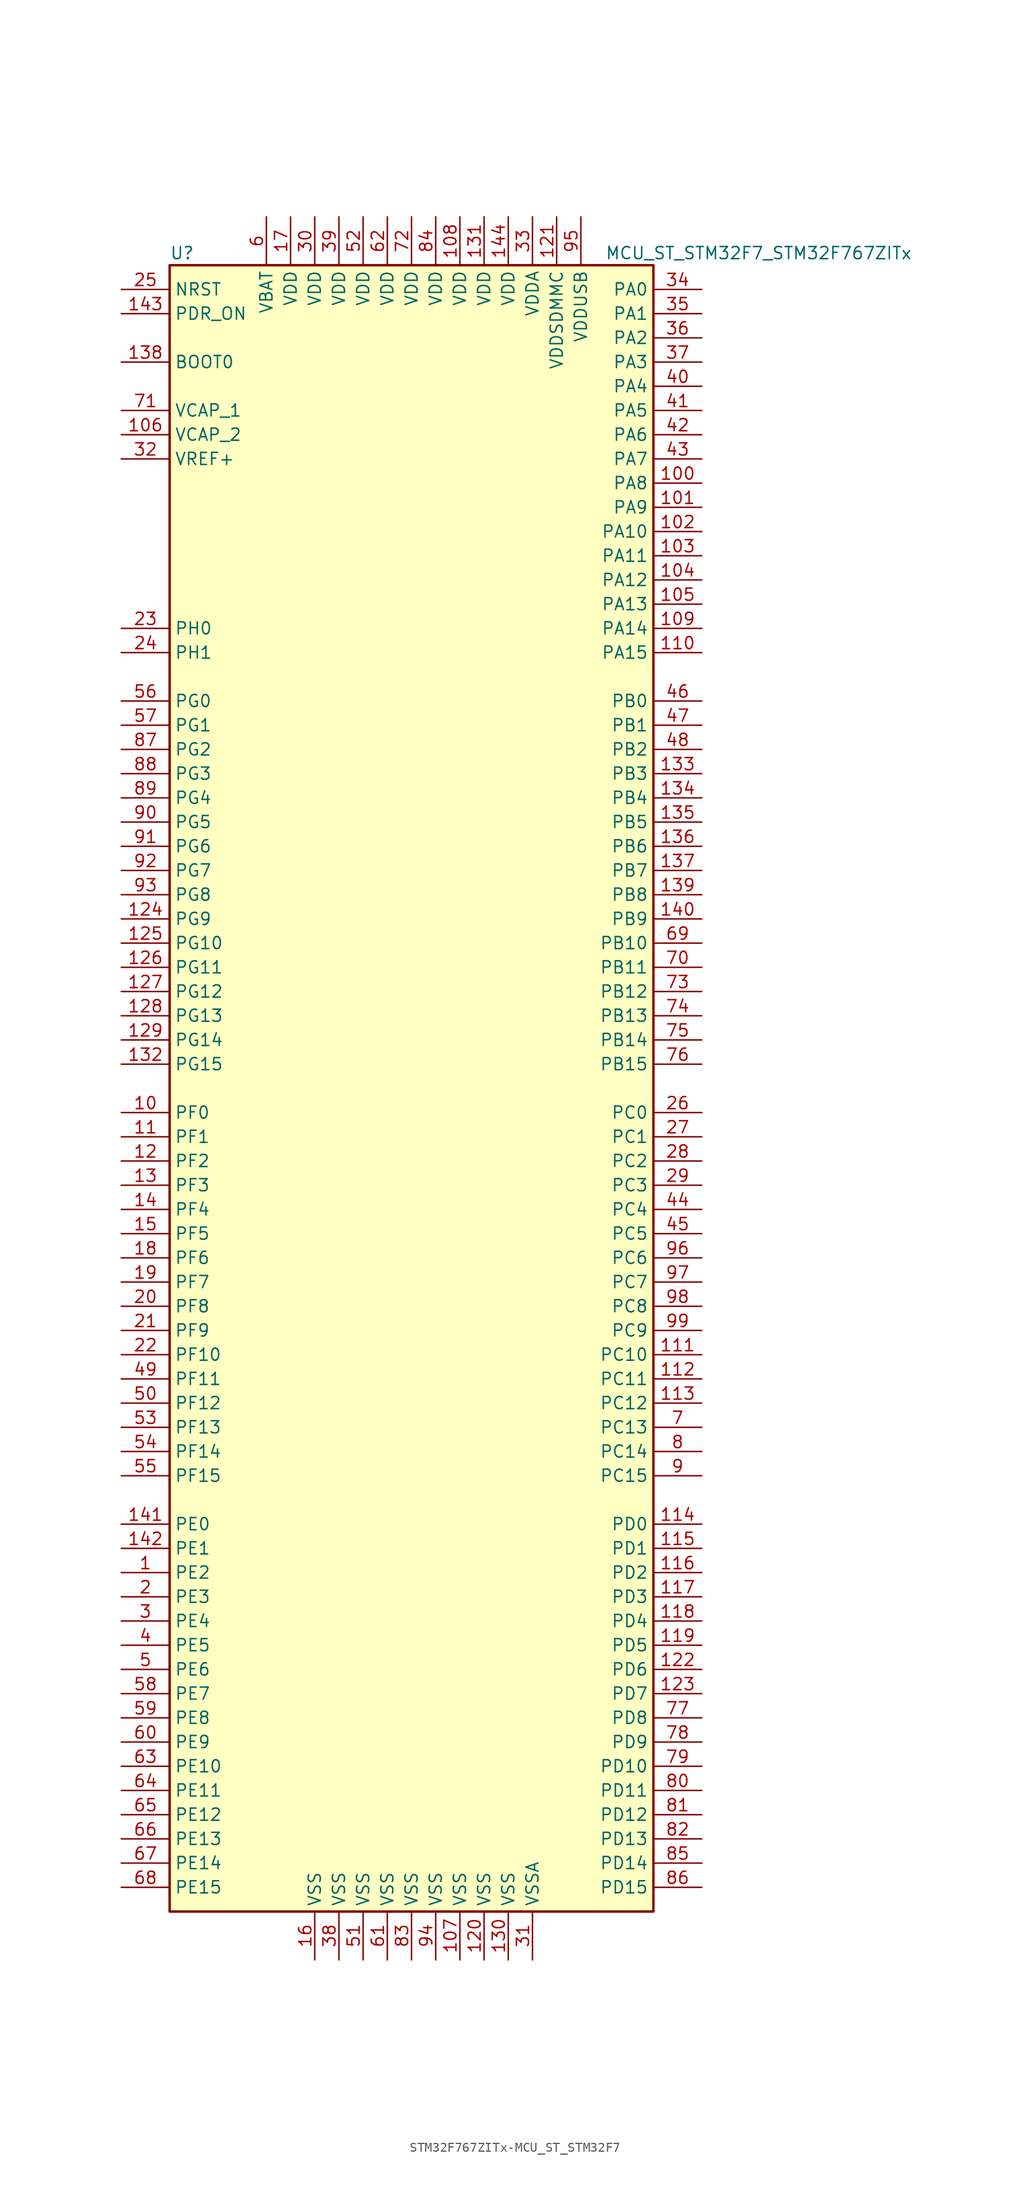
<source format=kicad_sym>
(kicad_symbol_lib
  (version 20241209)
  (generator "kicad_symbol_editor")
  (generator_version "9.0")
  (symbol "STM32F767ZITx-MCU_ST_STM32F7"
    (property "Reference" "U"
      (at -25.4 87.63 0)
      (effects (font (size 1.27 1.27)) (justify left)))
    (property "Value" "MCU_ST_STM32F7_STM32F767ZITx"
      (at 20.32 87.63 0)
      (effects (font (size 1.27 1.27)) (justify left)))
    (symbol "STM32F767ZITx-MCU_ST_STM32F7_0_1"
      (rectangle (start -25.4 -86.36) (end 25.4 86.36) (stroke (width 0.254) (type solid)) (fill (type background))))
    (symbol "STM32F767ZITx-MCU_ST_STM32F7_1_1"
      (pin input line (at -30.48 83.82 0) (length 5.08) (name "NRST" (effects (font (size 1.27 1.27)))) (number "25" (effects (font (size 1.27 1.27)))))
      (pin input line (at -30.48 81.28 0) (length 5.08) (name "PDR_ON" (effects (font (size 1.27 1.27)))) (number "143" (effects (font (size 1.27 1.27)))))
      (pin input line (at -30.48 76.2 0) (length 5.08) (name "BOOT0" (effects (font (size 1.27 1.27)))) (number "138" (effects (font (size 1.27 1.27)))))
      (pin power_in line (at -30.48 71.12 0) (length 5.08) (name "VCAP_1" (effects (font (size 1.27 1.27)))) (number "71" (effects (font (size 1.27 1.27)))))
      (pin power_in line (at -30.48 68.58 0) (length 5.08) (name "VCAP_2" (effects (font (size 1.27 1.27)))) (number "106" (effects (font (size 1.27 1.27)))))
      (pin power_in line (at -30.48 66.04 0) (length 5.08) (name "VREF+" (effects (font (size 1.27 1.27)))) (number "32" (effects (font (size 1.27 1.27)))))
      (pin input line (at -30.48 48.26 0) (length 5.08) (name "PH0" (effects (font (size 1.27 1.27)))) (number "23" (effects (font (size 1.27 1.27)))))
      (pin input line (at -30.48 45.72 0) (length 5.08) (name "PH1" (effects (font (size 1.27 1.27)))) (number "24" (effects (font (size 1.27 1.27)))))
      (pin bidirectional line (at -30.48 40.64 0) (length 5.08) (name "PG0" (effects (font (size 1.27 1.27)))) (number "56" (effects (font (size 1.27 1.27)))))
      (pin bidirectional line (at -30.48 38.1 0) (length 5.08) (name "PG1" (effects (font (size 1.27 1.27)))) (number "57" (effects (font (size 1.27 1.27)))))
      (pin bidirectional line (at -30.48 35.56 0) (length 5.08) (name "PG2" (effects (font (size 1.27 1.27)))) (number "87" (effects (font (size 1.27 1.27)))))
      (pin bidirectional line (at -30.48 33.02 0) (length 5.08) (name "PG3" (effects (font (size 1.27 1.27)))) (number "88" (effects (font (size 1.27 1.27)))))
      (pin bidirectional line (at -30.48 30.48 0) (length 5.08) (name "PG4" (effects (font (size 1.27 1.27)))) (number "89" (effects (font (size 1.27 1.27)))))
      (pin bidirectional line (at -30.48 27.94 0) (length 5.08) (name "PG5" (effects (font (size 1.27 1.27)))) (number "90" (effects (font (size 1.27 1.27)))))
      (pin bidirectional line (at -30.48 25.4 0) (length 5.08) (name "PG6" (effects (font (size 1.27 1.27)))) (number "91" (effects (font (size 1.27 1.27)))))
      (pin bidirectional line (at -30.48 22.86 0) (length 5.08) (name "PG7" (effects (font (size 1.27 1.27)))) (number "92" (effects (font (size 1.27 1.27)))))
      (pin bidirectional line (at -30.48 20.32 0) (length 5.08) (name "PG8" (effects (font (size 1.27 1.27)))) (number "93" (effects (font (size 1.27 1.27)))))
      (pin bidirectional line (at -30.48 17.78 0) (length 5.08) (name "PG9" (effects (font (size 1.27 1.27)))) (number "124" (effects (font (size 1.27 1.27)))))
      (pin bidirectional line (at -30.48 15.24 0) (length 5.08) (name "PG10" (effects (font (size 1.27 1.27)))) (number "125" (effects (font (size 1.27 1.27)))))
      (pin bidirectional line (at -30.48 12.7 0) (length 5.08) (name "PG11" (effects (font (size 1.27 1.27)))) (number "126" (effects (font (size 1.27 1.27)))))
      (pin bidirectional line (at -30.48 10.16 0) (length 5.08) (name "PG12" (effects (font (size 1.27 1.27)))) (number "127" (effects (font (size 1.27 1.27)))))
      (pin bidirectional line (at -30.48 7.62 0) (length 5.08) (name "PG13" (effects (font (size 1.27 1.27)))) (number "128" (effects (font (size 1.27 1.27)))))
      (pin bidirectional line (at -30.48 5.08 0) (length 5.08) (name "PG14" (effects (font (size 1.27 1.27)))) (number "129" (effects (font (size 1.27 1.27)))))
      (pin bidirectional line (at -30.48 2.54 0) (length 5.08) (name "PG15" (effects (font (size 1.27 1.27)))) (number "132" (effects (font (size 1.27 1.27)))))
      (pin bidirectional line (at -30.48 -2.54 0) (length 5.08) (name "PF0" (effects (font (size 1.27 1.27)))) (number "10" (effects (font (size 1.27 1.27)))))
      (pin bidirectional line (at -30.48 -5.08 0) (length 5.08) (name "PF1" (effects (font (size 1.27 1.27)))) (number "11" (effects (font (size 1.27 1.27)))))
      (pin bidirectional line (at -30.48 -7.62 0) (length 5.08) (name "PF2" (effects (font (size 1.27 1.27)))) (number "12" (effects (font (size 1.27 1.27)))))
      (pin bidirectional line (at -30.48 -10.16 0) (length 5.08) (name "PF3" (effects (font (size 1.27 1.27)))) (number "13" (effects (font (size 1.27 1.27)))))
      (pin bidirectional line (at -30.48 -12.7 0) (length 5.08) (name "PF4" (effects (font (size 1.27 1.27)))) (number "14" (effects (font (size 1.27 1.27)))))
      (pin bidirectional line (at -30.48 -15.24 0) (length 5.08) (name "PF5" (effects (font (size 1.27 1.27)))) (number "15" (effects (font (size 1.27 1.27)))))
      (pin bidirectional line (at -30.48 -17.78 0) (length 5.08) (name "PF6" (effects (font (size 1.27 1.27)))) (number "18" (effects (font (size 1.27 1.27)))))
      (pin bidirectional line (at -30.48 -20.32 0) (length 5.08) (name "PF7" (effects (font (size 1.27 1.27)))) (number "19" (effects (font (size 1.27 1.27)))))
      (pin bidirectional line (at -30.48 -22.86 0) (length 5.08) (name "PF8" (effects (font (size 1.27 1.27)))) (number "20" (effects (font (size 1.27 1.27)))))
      (pin bidirectional line (at -30.48 -25.4 0) (length 5.08) (name "PF9" (effects (font (size 1.27 1.27)))) (number "21" (effects (font (size 1.27 1.27)))))
      (pin bidirectional line (at -30.48 -27.94 0) (length 5.08) (name "PF10" (effects (font (size 1.27 1.27)))) (number "22" (effects (font (size 1.27 1.27)))))
      (pin bidirectional line (at -30.48 -30.48 0) (length 5.08) (name "PF11" (effects (font (size 1.27 1.27)))) (number "49" (effects (font (size 1.27 1.27)))))
      (pin bidirectional line (at -30.48 -33.02 0) (length 5.08) (name "PF12" (effects (font (size 1.27 1.27)))) (number "50" (effects (font (size 1.27 1.27)))))
      (pin bidirectional line (at -30.48 -35.56 0) (length 5.08) (name "PF13" (effects (font (size 1.27 1.27)))) (number "53" (effects (font (size 1.27 1.27)))))
      (pin bidirectional line (at -30.48 -38.1 0) (length 5.08) (name "PF14" (effects (font (size 1.27 1.27)))) (number "54" (effects (font (size 1.27 1.27)))))
      (pin bidirectional line (at -30.48 -40.64 0) (length 5.08) (name "PF15" (effects (font (size 1.27 1.27)))) (number "55" (effects (font (size 1.27 1.27)))))
      (pin bidirectional line (at -30.48 -45.72 0) (length 5.08) (name "PE0" (effects (font (size 1.27 1.27)))) (number "141" (effects (font (size 1.27 1.27)))))
      (pin bidirectional line (at -30.48 -48.26 0) (length 5.08) (name "PE1" (effects (font (size 1.27 1.27)))) (number "142" (effects (font (size 1.27 1.27)))))
      (pin bidirectional line (at -30.48 -50.8 0) (length 5.08) (name "PE2" (effects (font (size 1.27 1.27)))) (number "1" (effects (font (size 1.27 1.27)))))
      (pin bidirectional line (at -30.48 -53.34 0) (length 5.08) (name "PE3" (effects (font (size 1.27 1.27)))) (number "2" (effects (font (size 1.27 1.27)))))
      (pin bidirectional line (at -30.48 -55.88 0) (length 5.08) (name "PE4" (effects (font (size 1.27 1.27)))) (number "3" (effects (font (size 1.27 1.27)))))
      (pin bidirectional line (at -30.48 -58.42 0) (length 5.08) (name "PE5" (effects (font (size 1.27 1.27)))) (number "4" (effects (font (size 1.27 1.27)))))
      (pin bidirectional line (at -30.48 -60.96 0) (length 5.08) (name "PE6" (effects (font (size 1.27 1.27)))) (number "5" (effects (font (size 1.27 1.27)))))
      (pin bidirectional line (at -30.48 -63.5 0) (length 5.08) (name "PE7" (effects (font (size 1.27 1.27)))) (number "58" (effects (font (size 1.27 1.27)))))
      (pin bidirectional line (at -30.48 -66.04 0) (length 5.08) (name "PE8" (effects (font (size 1.27 1.27)))) (number "59" (effects (font (size 1.27 1.27)))))
      (pin bidirectional line (at -30.48 -68.58 0) (length 5.08) (name "PE9" (effects (font (size 1.27 1.27)))) (number "60" (effects (font (size 1.27 1.27)))))
      (pin bidirectional line (at -30.48 -71.12 0) (length 5.08) (name "PE10" (effects (font (size 1.27 1.27)))) (number "63" (effects (font (size 1.27 1.27)))))
      (pin bidirectional line (at -30.48 -73.66 0) (length 5.08) (name "PE11" (effects (font (size 1.27 1.27)))) (number "64" (effects (font (size 1.27 1.27)))))
      (pin bidirectional line (at -30.48 -76.2 0) (length 5.08) (name "PE12" (effects (font (size 1.27 1.27)))) (number "65" (effects (font (size 1.27 1.27)))))
      (pin bidirectional line (at -30.48 -78.74 0) (length 5.08) (name "PE13" (effects (font (size 1.27 1.27)))) (number "66" (effects (font (size 1.27 1.27)))))
      (pin bidirectional line (at -30.48 -81.28 0) (length 5.08) (name "PE14" (effects (font (size 1.27 1.27)))) (number "67" (effects (font (size 1.27 1.27)))))
      (pin bidirectional line (at -30.48 -83.82 0) (length 5.08) (name "PE15" (effects (font (size 1.27 1.27)))) (number "68" (effects (font (size 1.27 1.27)))))
      (pin power_in line (at -15.24 91.44 270) (length 5.08) (name "VBAT" (effects (font (size 1.27 1.27)))) (number "6" (effects (font (size 1.27 1.27)))))
      (pin power_in line (at -12.7 91.44 270) (length 5.08) (name "VDD" (effects (font (size 1.27 1.27)))) (number "17" (effects (font (size 1.27 1.27)))))
      (pin power_in line (at -10.16 91.44 270) (length 5.08) (name "VDD" (effects (font (size 1.27 1.27)))) (number "30" (effects (font (size 1.27 1.27)))))
      (pin power_in line (at -10.16 -91.44 90) (length 5.08) (name "VSS" (effects (font (size 1.27 1.27)))) (number "16" (effects (font (size 1.27 1.27)))))
      (pin power_in line (at -7.62 91.44 270) (length 5.08) (name "VDD" (effects (font (size 1.27 1.27)))) (number "39" (effects (font (size 1.27 1.27)))))
      (pin power_in line (at -7.62 -91.44 90) (length 5.08) (name "VSS" (effects (font (size 1.27 1.27)))) (number "38" (effects (font (size 1.27 1.27)))))
      (pin power_in line (at -5.08 91.44 270) (length 5.08) (name "VDD" (effects (font (size 1.27 1.27)))) (number "52" (effects (font (size 1.27 1.27)))))
      (pin power_in line (at -5.08 -91.44 90) (length 5.08) (name "VSS" (effects (font (size 1.27 1.27)))) (number "51" (effects (font (size 1.27 1.27)))))
      (pin power_in line (at -2.54 91.44 270) (length 5.08) (name "VDD" (effects (font (size 1.27 1.27)))) (number "62" (effects (font (size 1.27 1.27)))))
      (pin power_in line (at -2.54 -91.44 90) (length 5.08) (name "VSS" (effects (font (size 1.27 1.27)))) (number "61" (effects (font (size 1.27 1.27)))))
      (pin power_in line (at 0 91.44 270) (length 5.08) (name "VDD" (effects (font (size 1.27 1.27)))) (number "72" (effects (font (size 1.27 1.27)))))
      (pin power_in line (at 0 -91.44 90) (length 5.08) (name "VSS" (effects (font (size 1.27 1.27)))) (number "83" (effects (font (size 1.27 1.27)))))
      (pin power_in line (at 2.54 91.44 270) (length 5.08) (name "VDD" (effects (font (size 1.27 1.27)))) (number "84" (effects (font (size 1.27 1.27)))))
      (pin power_in line (at 2.54 -91.44 90) (length 5.08) (name "VSS" (effects (font (size 1.27 1.27)))) (number "94" (effects (font (size 1.27 1.27)))))
      (pin power_in line (at 5.08 91.44 270) (length 5.08) (name "VDD" (effects (font (size 1.27 1.27)))) (number "108" (effects (font (size 1.27 1.27)))))
      (pin power_in line (at 5.08 -91.44 90) (length 5.08) (name "VSS" (effects (font (size 1.27 1.27)))) (number "107" (effects (font (size 1.27 1.27)))))
      (pin power_in line (at 7.62 91.44 270) (length 5.08) (name "VDD" (effects (font (size 1.27 1.27)))) (number "131" (effects (font (size 1.27 1.27)))))
      (pin power_in line (at 7.62 -91.44 90) (length 5.08) (name "VSS" (effects (font (size 1.27 1.27)))) (number "120" (effects (font (size 1.27 1.27)))))
      (pin power_in line (at 10.16 91.44 270) (length 5.08) (name "VDD" (effects (font (size 1.27 1.27)))) (number "144" (effects (font (size 1.27 1.27)))))
      (pin power_in line (at 10.16 -91.44 90) (length 5.08) (name "VSS" (effects (font (size 1.27 1.27)))) (number "130" (effects (font (size 1.27 1.27)))))
      (pin power_in line (at 12.7 91.44 270) (length 5.08) (name "VDDA" (effects (font (size 1.27 1.27)))) (number "33" (effects (font (size 1.27 1.27)))))
      (pin power_in line (at 12.7 -91.44 90) (length 5.08) (name "VSSA" (effects (font (size 1.27 1.27)))) (number "31" (effects (font (size 1.27 1.27)))))
      (pin power_in line (at 15.24 91.44 270) (length 5.08) (name "VDDSDMMC" (effects (font (size 1.27 1.27)))) (number "121" (effects (font (size 1.27 1.27)))))
      (pin power_in line (at 17.78 91.44 270) (length 5.08) (name "VDDUSB" (effects (font (size 1.27 1.27)))) (number "95" (effects (font (size 1.27 1.27)))))
      (pin bidirectional line (at 30.48 83.82 180) (length 5.08) (name "PA0" (effects (font (size 1.27 1.27)))) (number "34" (effects (font (size 1.27 1.27)))))
      (pin bidirectional line (at 30.48 81.28 180) (length 5.08) (name "PA1" (effects (font (size 1.27 1.27)))) (number "35" (effects (font (size 1.27 1.27)))))
      (pin bidirectional line (at 30.48 78.74 180) (length 5.08) (name "PA2" (effects (font (size 1.27 1.27)))) (number "36" (effects (font (size 1.27 1.27)))))
      (pin bidirectional line (at 30.48 76.2 180) (length 5.08) (name "PA3" (effects (font (size 1.27 1.27)))) (number "37" (effects (font (size 1.27 1.27)))))
      (pin bidirectional line (at 30.48 73.66 180) (length 5.08) (name "PA4" (effects (font (size 1.27 1.27)))) (number "40" (effects (font (size 1.27 1.27)))))
      (pin bidirectional line (at 30.48 71.12 180) (length 5.08) (name "PA5" (effects (font (size 1.27 1.27)))) (number "41" (effects (font (size 1.27 1.27)))))
      (pin bidirectional line (at 30.48 68.58 180) (length 5.08) (name "PA6" (effects (font (size 1.27 1.27)))) (number "42" (effects (font (size 1.27 1.27)))))
      (pin bidirectional line (at 30.48 66.04 180) (length 5.08) (name "PA7" (effects (font (size 1.27 1.27)))) (number "43" (effects (font (size 1.27 1.27)))))
      (pin bidirectional line (at 30.48 63.5 180) (length 5.08) (name "PA8" (effects (font (size 1.27 1.27)))) (number "100" (effects (font (size 1.27 1.27)))))
      (pin bidirectional line (at 30.48 60.96 180) (length 5.08) (name "PA9" (effects (font (size 1.27 1.27)))) (number "101" (effects (font (size 1.27 1.27)))))
      (pin bidirectional line (at 30.48 58.42 180) (length 5.08) (name "PA10" (effects (font (size 1.27 1.27)))) (number "102" (effects (font (size 1.27 1.27)))))
      (pin bidirectional line (at 30.48 55.88 180) (length 5.08) (name "PA11" (effects (font (size 1.27 1.27)))) (number "103" (effects (font (size 1.27 1.27)))))
      (pin bidirectional line (at 30.48 53.34 180) (length 5.08) (name "PA12" (effects (font (size 1.27 1.27)))) (number "104" (effects (font (size 1.27 1.27)))))
      (pin bidirectional line (at 30.48 50.8 180) (length 5.08) (name "PA13" (effects (font (size 1.27 1.27)))) (number "105" (effects (font (size 1.27 1.27)))))
      (pin bidirectional line (at 30.48 48.26 180) (length 5.08) (name "PA14" (effects (font (size 1.27 1.27)))) (number "109" (effects (font (size 1.27 1.27)))))
      (pin bidirectional line (at 30.48 45.72 180) (length 5.08) (name "PA15" (effects (font (size 1.27 1.27)))) (number "110" (effects (font (size 1.27 1.27)))))
      (pin bidirectional line (at 30.48 40.64 180) (length 5.08) (name "PB0" (effects (font (size 1.27 1.27)))) (number "46" (effects (font (size 1.27 1.27)))))
      (pin bidirectional line (at 30.48 38.1 180) (length 5.08) (name "PB1" (effects (font (size 1.27 1.27)))) (number "47" (effects (font (size 1.27 1.27)))))
      (pin bidirectional line (at 30.48 35.56 180) (length 5.08) (name "PB2" (effects (font (size 1.27 1.27)))) (number "48" (effects (font (size 1.27 1.27)))))
      (pin bidirectional line (at 30.48 33.02 180) (length 5.08) (name "PB3" (effects (font (size 1.27 1.27)))) (number "133" (effects (font (size 1.27 1.27)))))
      (pin bidirectional line (at 30.48 30.48 180) (length 5.08) (name "PB4" (effects (font (size 1.27 1.27)))) (number "134" (effects (font (size 1.27 1.27)))))
      (pin bidirectional line (at 30.48 27.94 180) (length 5.08) (name "PB5" (effects (font (size 1.27 1.27)))) (number "135" (effects (font (size 1.27 1.27)))))
      (pin bidirectional line (at 30.48 25.4 180) (length 5.08) (name "PB6" (effects (font (size 1.27 1.27)))) (number "136" (effects (font (size 1.27 1.27)))))
      (pin bidirectional line (at 30.48 22.86 180) (length 5.08) (name "PB7" (effects (font (size 1.27 1.27)))) (number "137" (effects (font (size 1.27 1.27)))))
      (pin bidirectional line (at 30.48 20.32 180) (length 5.08) (name "PB8" (effects (font (size 1.27 1.27)))) (number "139" (effects (font (size 1.27 1.27)))))
      (pin bidirectional line (at 30.48 17.78 180) (length 5.08) (name "PB9" (effects (font (size 1.27 1.27)))) (number "140" (effects (font (size 1.27 1.27)))))
      (pin bidirectional line (at 30.48 15.24 180) (length 5.08) (name "PB10" (effects (font (size 1.27 1.27)))) (number "69" (effects (font (size 1.27 1.27)))))
      (pin bidirectional line (at 30.48 12.7 180) (length 5.08) (name "PB11" (effects (font (size 1.27 1.27)))) (number "70" (effects (font (size 1.27 1.27)))))
      (pin bidirectional line (at 30.48 10.16 180) (length 5.08) (name "PB12" (effects (font (size 1.27 1.27)))) (number "73" (effects (font (size 1.27 1.27)))))
      (pin bidirectional line (at 30.48 7.62 180) (length 5.08) (name "PB13" (effects (font (size 1.27 1.27)))) (number "74" (effects (font (size 1.27 1.27)))))
      (pin bidirectional line (at 30.48 5.08 180) (length 5.08) (name "PB14" (effects (font (size 1.27 1.27)))) (number "75" (effects (font (size 1.27 1.27)))))
      (pin bidirectional line (at 30.48 2.54 180) (length 5.08) (name "PB15" (effects (font (size 1.27 1.27)))) (number "76" (effects (font (size 1.27 1.27)))))
      (pin bidirectional line (at 30.48 -2.54 180) (length 5.08) (name "PC0" (effects (font (size 1.27 1.27)))) (number "26" (effects (font (size 1.27 1.27)))))
      (pin bidirectional line (at 30.48 -5.08 180) (length 5.08) (name "PC1" (effects (font (size 1.27 1.27)))) (number "27" (effects (font (size 1.27 1.27)))))
      (pin bidirectional line (at 30.48 -7.62 180) (length 5.08) (name "PC2" (effects (font (size 1.27 1.27)))) (number "28" (effects (font (size 1.27 1.27)))))
      (pin bidirectional line (at 30.48 -10.16 180) (length 5.08) (name "PC3" (effects (font (size 1.27 1.27)))) (number "29" (effects (font (size 1.27 1.27)))))
      (pin bidirectional line (at 30.48 -12.7 180) (length 5.08) (name "PC4" (effects (font (size 1.27 1.27)))) (number "44" (effects (font (size 1.27 1.27)))))
      (pin bidirectional line (at 30.48 -15.24 180) (length 5.08) (name "PC5" (effects (font (size 1.27 1.27)))) (number "45" (effects (font (size 1.27 1.27)))))
      (pin bidirectional line (at 30.48 -17.78 180) (length 5.08) (name "PC6" (effects (font (size 1.27 1.27)))) (number "96" (effects (font (size 1.27 1.27)))))
      (pin bidirectional line (at 30.48 -20.32 180) (length 5.08) (name "PC7" (effects (font (size 1.27 1.27)))) (number "97" (effects (font (size 1.27 1.27)))))
      (pin bidirectional line (at 30.48 -22.86 180) (length 5.08) (name "PC8" (effects (font (size 1.27 1.27)))) (number "98" (effects (font (size 1.27 1.27)))))
      (pin bidirectional line (at 30.48 -25.4 180) (length 5.08) (name "PC9" (effects (font (size 1.27 1.27)))) (number "99" (effects (font (size 1.27 1.27)))))
      (pin bidirectional line (at 30.48 -27.94 180) (length 5.08) (name "PC10" (effects (font (size 1.27 1.27)))) (number "111" (effects (font (size 1.27 1.27)))))
      (pin bidirectional line (at 30.48 -30.48 180) (length 5.08) (name "PC11" (effects (font (size 1.27 1.27)))) (number "112" (effects (font (size 1.27 1.27)))))
      (pin bidirectional line (at 30.48 -33.02 180) (length 5.08) (name "PC12" (effects (font (size 1.27 1.27)))) (number "113" (effects (font (size 1.27 1.27)))))
      (pin bidirectional line (at 30.48 -35.56 180) (length 5.08) (name "PC13" (effects (font (size 1.27 1.27)))) (number "7" (effects (font (size 1.27 1.27)))))
      (pin bidirectional line (at 30.48 -38.1 180) (length 5.08) (name "PC14" (effects (font (size 1.27 1.27)))) (number "8" (effects (font (size 1.27 1.27)))))
      (pin bidirectional line (at 30.48 -40.64 180) (length 5.08) (name "PC15" (effects (font (size 1.27 1.27)))) (number "9" (effects (font (size 1.27 1.27)))))
      (pin bidirectional line (at 30.48 -45.72 180) (length 5.08) (name "PD0" (effects (font (size 1.27 1.27)))) (number "114" (effects (font (size 1.27 1.27)))))
      (pin bidirectional line (at 30.48 -48.26 180) (length 5.08) (name "PD1" (effects (font (size 1.27 1.27)))) (number "115" (effects (font (size 1.27 1.27)))))
      (pin bidirectional line (at 30.48 -50.8 180) (length 5.08) (name "PD2" (effects (font (size 1.27 1.27)))) (number "116" (effects (font (size 1.27 1.27)))))
      (pin bidirectional line (at 30.48 -53.34 180) (length 5.08) (name "PD3" (effects (font (size 1.27 1.27)))) (number "117" (effects (font (size 1.27 1.27)))))
      (pin bidirectional line (at 30.48 -55.88 180) (length 5.08) (name "PD4" (effects (font (size 1.27 1.27)))) (number "118" (effects (font (size 1.27 1.27)))))
      (pin bidirectional line (at 30.48 -58.42 180) (length 5.08) (name "PD5" (effects (font (size 1.27 1.27)))) (number "119" (effects (font (size 1.27 1.27)))))
      (pin bidirectional line (at 30.48 -60.96 180) (length 5.08) (name "PD6" (effects (font (size 1.27 1.27)))) (number "122" (effects (font (size 1.27 1.27)))))
      (pin bidirectional line (at 30.48 -63.5 180) (length 5.08) (name "PD7" (effects (font (size 1.27 1.27)))) (number "123" (effects (font (size 1.27 1.27)))))
      (pin bidirectional line (at 30.48 -66.04 180) (length 5.08) (name "PD8" (effects (font (size 1.27 1.27)))) (number "77" (effects (font (size 1.27 1.27)))))
      (pin bidirectional line (at 30.48 -68.58 180) (length 5.08) (name "PD9" (effects (font (size 1.27 1.27)))) (number "78" (effects (font (size 1.27 1.27)))))
      (pin bidirectional line (at 30.48 -71.12 180) (length 5.08) (name "PD10" (effects (font (size 1.27 1.27)))) (number "79" (effects (font (size 1.27 1.27)))))
      (pin bidirectional line (at 30.48 -73.66 180) (length 5.08) (name "PD11" (effects (font (size 1.27 1.27)))) (number "80" (effects (font (size 1.27 1.27)))))
      (pin bidirectional line (at 30.48 -76.2 180) (length 5.08) (name "PD12" (effects (font (size 1.27 1.27)))) (number "81" (effects (font (size 1.27 1.27)))))
      (pin bidirectional line (at 30.48 -78.74 180) (length 5.08) (name "PD13" (effects (font (size 1.27 1.27)))) (number "82" (effects (font (size 1.27 1.27)))))
      (pin bidirectional line (at 30.48 -81.28 180) (length 5.08) (name "PD14" (effects (font (size 1.27 1.27)))) (number "85" (effects (font (size 1.27 1.27)))))
      (pin bidirectional line (at 30.48 -83.82 180) (length 5.08) (name "PD15" (effects (font (size 1.27 1.27)))) (number "86" (effects (font (size 1.27 1.27))))))))
</source>
